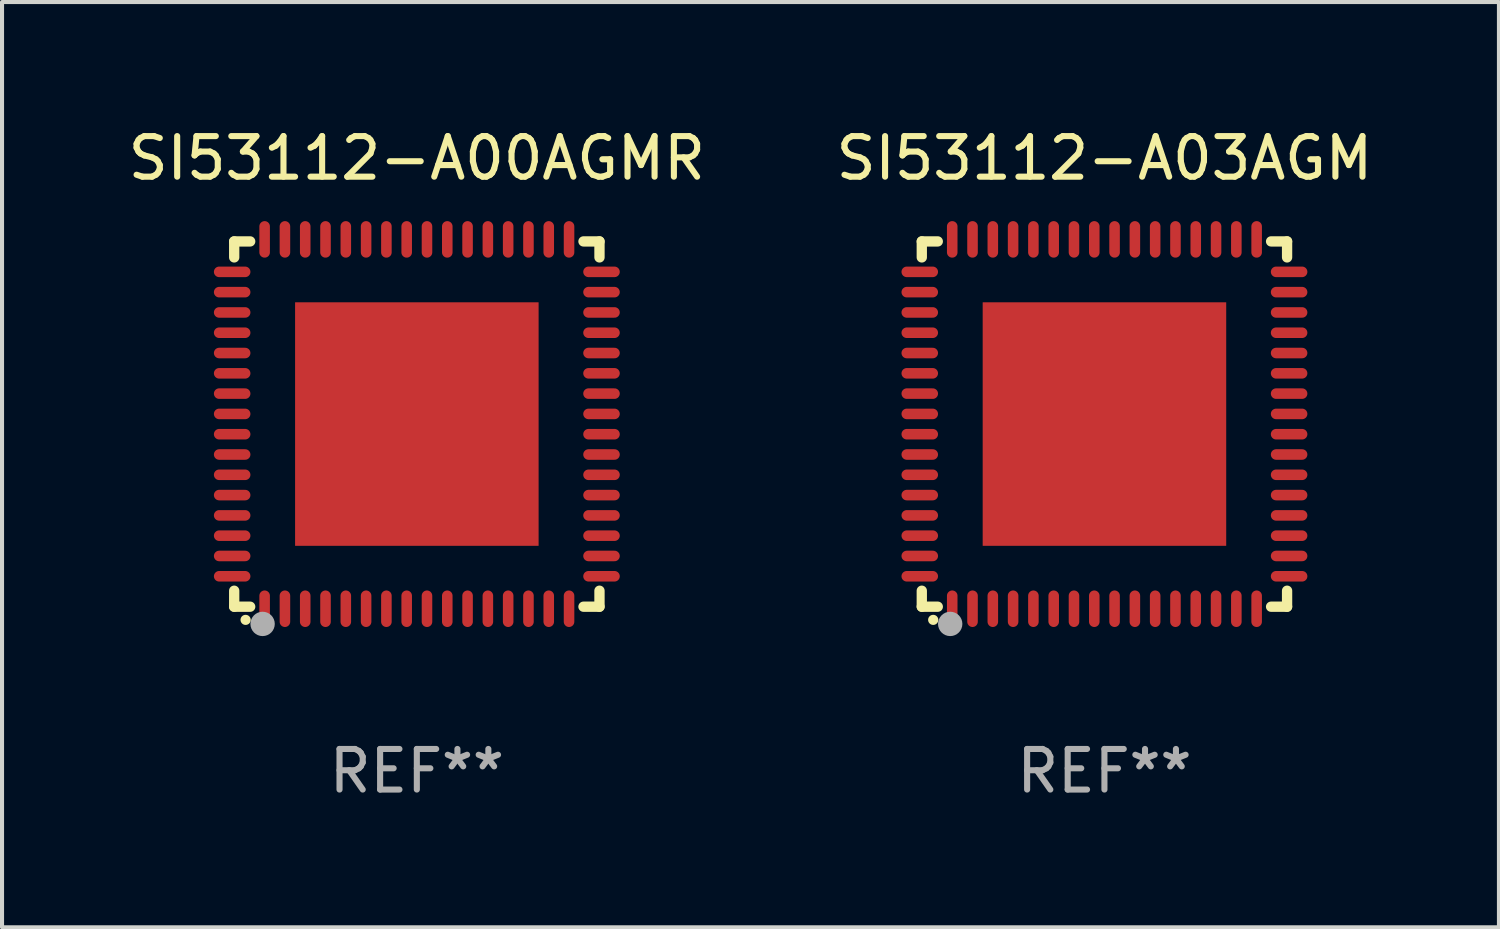
<source format=kicad_pcb>
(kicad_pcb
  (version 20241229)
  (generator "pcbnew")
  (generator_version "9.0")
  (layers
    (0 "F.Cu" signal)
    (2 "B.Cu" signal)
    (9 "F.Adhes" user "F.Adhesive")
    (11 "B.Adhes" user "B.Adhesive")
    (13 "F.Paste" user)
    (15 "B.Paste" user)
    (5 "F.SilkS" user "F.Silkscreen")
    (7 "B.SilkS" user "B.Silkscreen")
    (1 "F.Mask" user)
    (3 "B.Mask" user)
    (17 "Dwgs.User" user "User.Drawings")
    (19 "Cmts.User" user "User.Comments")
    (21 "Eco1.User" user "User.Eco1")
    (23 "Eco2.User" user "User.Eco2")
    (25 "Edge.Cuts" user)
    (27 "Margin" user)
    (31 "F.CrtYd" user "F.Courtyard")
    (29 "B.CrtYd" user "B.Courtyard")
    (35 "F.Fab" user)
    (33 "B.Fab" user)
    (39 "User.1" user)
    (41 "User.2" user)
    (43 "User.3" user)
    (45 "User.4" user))
  (footprint "SI53112-A03AGM"
    (layer "F.Cu")
    (at 24.161 7.398)
    (property "Reference" "SI53112-A03AGM" (at 0 -6.55 0) (layer "F.SilkS") (effects (font (size 1 1) (thickness 0.15))))
    (attr through_hole)
    (fp_line (start -4.5 -4.5) (end -4.106 -4.5) (stroke (width 0.254) (type solid)) (layer "F.SilkS"))
    (fp_line (start -4.5 -4.106) (end -4.5 -4.5) (stroke (width 0.254) (type solid)) (layer "F.SilkS"))
    (fp_line (start -4.5 4.5) (end -4.5 4.106) (stroke (width 0.254) (type solid)) (layer "F.SilkS"))
    (fp_line (start -4.106 4.5) (end -4.5 4.5) (stroke (width 0.254) (type solid)) (layer "F.SilkS"))
    (fp_line (start 4.106 -4.5) (end 4.5 -4.5) (stroke (width 0.254) (type solid)) (layer "F.SilkS"))
    (fp_line (start 4.5 -4.5) (end 4.5 -4.106) (stroke (width 0.254) (type solid)) (layer "F.SilkS"))
    (fp_line (start 4.5 4.106) (end 4.5 4.5) (stroke (width 0.254) (type solid)) (layer "F.SilkS"))
    (fp_line (start 4.5 4.5) (end 4.106 4.5) (stroke (width 0.254) (type solid)) (layer "F.SilkS"))
    (fp_arc (start -4.220041 4.824308) (mid -4.218771 4.824302) (end -4.217501 4.824308) (stroke (width 0.24892) (type solid)) (layer "F.SilkS"))
    (fp_circle (center -4.5 4.5) (end -4.47 4.5) (stroke (width 0.06) (type solid)) (fill no) (layer "F.SilkS"))
    (fp_circle (center -3.8 4.924) (end -3.65 4.924) (stroke (width 0.3) (type solid)) (fill no) (layer "F.Fab"))
    (fp_text user "REF**" (at 0 8.55 0) (layer "F.Fab") (effects (font (size 1 1) (thickness 0.15))))
    (pad "1" smd oval (at -3.75 4.55 90) (size 0.9 0.26) (layers "F.Cu" "F.Mask" "F.Paste"))
    (pad "2" smd oval (at -3.25 4.55 90) (size 0.9 0.26) (layers "F.Cu" "F.Mask" "F.Paste"))
    (pad "3" smd oval (at -2.75 4.55 90) (size 0.9 0.26) (layers "F.Cu" "F.Mask" "F.Paste"))
    (pad "4" smd oval (at -2.25 4.55 90) (size 0.9 0.26) (layers "F.Cu" "F.Mask" "F.Paste"))
    (pad "5" smd oval (at -1.75 4.55 90) (size 0.9 0.26) (layers "F.Cu" "F.Mask" "F.Paste"))
    (pad "6" smd oval (at -1.25 4.55 90) (size 0.9 0.26) (layers "F.Cu" "F.Mask" "F.Paste"))
    (pad "7" smd oval (at -0.75 4.55 90) (size 0.9 0.26) (layers "F.Cu" "F.Mask" "F.Paste"))
    (pad "8" smd oval (at -0.25 4.55 90) (size 0.9 0.26) (layers "F.Cu" "F.Mask" "F.Paste"))
    (pad "9" smd oval (at 0.25 4.55 90) (size 0.9 0.26) (layers "F.Cu" "F.Mask" "F.Paste"))
    (pad "10" smd oval (at 0.75 4.55 90) (size 0.9 0.26) (layers "F.Cu" "F.Mask" "F.Paste"))
    (pad "11" smd oval (at 1.25 4.55 90) (size 0.9 0.26) (layers "F.Cu" "F.Mask" "F.Paste"))
    (pad "12" smd oval (at 1.75 4.55 90) (size 0.9 0.26) (layers "F.Cu" "F.Mask" "F.Paste"))
    (pad "13" smd oval (at 2.25 4.55 90) (size 0.9 0.26) (layers "F.Cu" "F.Mask" "F.Paste"))
    (pad "14" smd oval (at 2.75 4.55 90) (size 0.9 0.26) (layers "F.Cu" "F.Mask" "F.Paste"))
    (pad "15" smd oval (at 3.25 4.55 90) (size 0.9 0.26) (layers "F.Cu" "F.Mask" "F.Paste"))
    (pad "16" smd oval (at 3.75 4.55 90) (size 0.9 0.26) (layers "F.Cu" "F.Mask" "F.Paste"))
    (pad "17" smd oval (at 4.55 3.75 90) (size 0.26 0.9) (layers "F.Cu" "F.Mask" "F.Paste"))
    (pad "18" smd oval (at 4.55 3.25 90) (size 0.26 0.9) (layers "F.Cu" "F.Mask" "F.Paste"))
    (pad "19" smd oval (at 4.55 2.75 90) (size 0.26 0.9) (layers "F.Cu" "F.Mask" "F.Paste"))
    (pad "20" smd oval (at 4.55 2.25 90) (size 0.26 0.9) (layers "F.Cu" "F.Mask" "F.Paste"))
    (pad "21" smd oval (at 4.55 1.75 90) (size 0.26 0.9) (layers "F.Cu" "F.Mask" "F.Paste"))
    (pad "22" smd oval (at 4.55 1.25 90) (size 0.26 0.9) (layers "F.Cu" "F.Mask" "F.Paste"))
    (pad "23" smd oval (at 4.55 0.75 90) (size 0.26 0.9) (layers "F.Cu" "F.Mask" "F.Paste"))
    (pad "24" smd oval (at 4.55 0.25 90) (size 0.26 0.9) (layers "F.Cu" "F.Mask" "F.Paste"))
    (pad "25" smd oval (at 4.55 -0.25 90) (size 0.26 0.9) (layers "F.Cu" "F.Mask" "F.Paste"))
    (pad "26" smd oval (at 4.55 -0.75 90) (size 0.26 0.9) (layers "F.Cu" "F.Mask" "F.Paste"))
    (pad "27" smd oval (at 4.55 -1.25 90) (size 0.26 0.9) (layers "F.Cu" "F.Mask" "F.Paste"))
    (pad "28" smd oval (at 4.55 -1.75 90) (size 0.26 0.9) (layers "F.Cu" "F.Mask" "F.Paste"))
    (pad "29" smd oval (at 4.55 -2.25 90) (size 0.26 0.9) (layers "F.Cu" "F.Mask" "F.Paste"))
    (pad "30" smd oval (at 4.55 -2.75 90) (size 0.26 0.9) (layers "F.Cu" "F.Mask" "F.Paste"))
    (pad "31" smd oval (at 4.55 -3.25 90) (size 0.26 0.9) (layers "F.Cu" "F.Mask" "F.Paste"))
    (pad "32" smd oval (at 4.55 -3.75 90) (size 0.26 0.9) (layers "F.Cu" "F.Mask" "F.Paste"))
    (pad "33" smd oval (at 3.75 -4.55 90) (size 0.9 0.26) (layers "F.Cu" "F.Mask" "F.Paste"))
    (pad "34" smd oval (at 3.25 -4.55 90) (size 0.9 0.26) (layers "F.Cu" "F.Mask" "F.Paste"))
    (pad "35" smd oval (at 2.75 -4.55 90) (size 0.9 0.26) (layers "F.Cu" "F.Mask" "F.Paste"))
    (pad "36" smd oval (at 2.25 -4.55 90) (size 0.9 0.26) (layers "F.Cu" "F.Mask" "F.Paste"))
    (pad "37" smd oval (at 1.75 -4.55 90) (size 0.9 0.26) (layers "F.Cu" "F.Mask" "F.Paste"))
    (pad "38" smd oval (at 1.25 -4.55 90) (size 0.9 0.26) (layers "F.Cu" "F.Mask" "F.Paste"))
    (pad "39" smd oval (at 0.75 -4.55 90) (size 0.9 0.26) (layers "F.Cu" "F.Mask" "F.Paste"))
    (pad "40" smd oval (at 0.25 -4.55 90) (size 0.9 0.26) (layers "F.Cu" "F.Mask" "F.Paste"))
    (pad "41" smd oval (at -0.25 -4.55 90) (size 0.9 0.26) (layers "F.Cu" "F.Mask" "F.Paste"))
    (pad "42" smd oval (at -0.75 -4.55 90) (size 0.9 0.26) (layers "F.Cu" "F.Mask" "F.Paste"))
    (pad "43" smd oval (at -1.25 -4.55 90) (size 0.9 0.26) (layers "F.Cu" "F.Mask" "F.Paste"))
    (pad "44" smd oval (at -1.75 -4.55 90) (size 0.9 0.26) (layers "F.Cu" "F.Mask" "F.Paste"))
    (pad "45" smd oval (at -2.25 -4.55 90) (size 0.9 0.26) (layers "F.Cu" "F.Mask" "F.Paste"))
    (pad "46" smd oval (at -2.75 -4.55 90) (size 0.9 0.26) (layers "F.Cu" "F.Mask" "F.Paste"))
    (pad "47" smd oval (at -3.25 -4.55 90) (size 0.9 0.26) (layers "F.Cu" "F.Mask" "F.Paste"))
    (pad "48" smd oval (at -3.75 -4.55 90) (size 0.9 0.26) (layers "F.Cu" "F.Mask" "F.Paste"))
    (pad "49" smd oval (at -4.55 -3.75 90) (size 0.26 0.9) (layers "F.Cu" "F.Mask" "F.Paste"))
    (pad "50" smd oval (at -4.55 -3.25 90) (size 0.26 0.9) (layers "F.Cu" "F.Mask" "F.Paste"))
    (pad "51" smd oval (at -4.55 -2.75 90) (size 0.26 0.9) (layers "F.Cu" "F.Mask" "F.Paste"))
    (pad "52" smd oval (at -4.55 -2.25 90) (size 0.26 0.9) (layers "F.Cu" "F.Mask" "F.Paste"))
    (pad "53" smd oval (at -4.55 -1.75 90) (size 0.26 0.9) (layers "F.Cu" "F.Mask" "F.Paste"))
    (pad "54" smd oval (at -4.55 -1.25 90) (size 0.26 0.9) (layers "F.Cu" "F.Mask" "F.Paste"))
    (pad "55" smd oval (at -4.55 -0.75 90) (size 0.26 0.9) (layers "F.Cu" "F.Mask" "F.Paste"))
    (pad "56" smd oval (at -4.55 -0.25 90) (size 0.26 0.9) (layers "F.Cu" "F.Mask" "F.Paste"))
    (pad "57" smd oval (at -4.55 0.25 90) (size 0.26 0.9) (layers "F.Cu" "F.Mask" "F.Paste"))
    (pad "58" smd oval (at -4.55 0.75 90) (size 0.26 0.9) (layers "F.Cu" "F.Mask" "F.Paste"))
    (pad "59" smd oval (at -4.55 1.25 90) (size 0.26 0.9) (layers "F.Cu" "F.Mask" "F.Paste"))
    (pad "60" smd oval (at -4.55 1.75 90) (size 0.26 0.9) (layers "F.Cu" "F.Mask" "F.Paste"))
    (pad "61" smd oval (at -4.55 2.25 90) (size 0.26 0.9) (layers "F.Cu" "F.Mask" "F.Paste"))
    (pad "62" smd oval (at -4.55 2.75 90) (size 0.26 0.9) (layers "F.Cu" "F.Mask" "F.Paste"))
    (pad "63" smd oval (at -4.55 3.25 90) (size 0.26 0.9) (layers "F.Cu" "F.Mask" "F.Paste"))
    (pad "64" smd oval (at -4.55 3.75 90) (size 0.26 0.9) (layers "F.Cu" "F.Mask" "F.Paste"))
    (pad "65" smd rect (at 0.000381 0 90) (size 6 6) (layers "F.Cu" "F.Mask" "F.Paste")))
  (footprint "SI53112-A00AGMR"
    (layer "F.Cu")
    (at 7.22 7.398)
    (property "Reference" "SI53112-A00AGMR" (at 0 -6.55 0) (layer "F.SilkS") (effects (font (size 1 1) (thickness 0.15))))
    (attr through_hole)
    (fp_line (start -4.5 -4.5) (end -4.106 -4.5) (stroke (width 0.254) (type solid)) (layer "F.SilkS"))
    (fp_line (start -4.5 -4.106) (end -4.5 -4.5) (stroke (width 0.254) (type solid)) (layer "F.SilkS"))
    (fp_line (start -4.5 4.5) (end -4.5 4.106) (stroke (width 0.254) (type solid)) (layer "F.SilkS"))
    (fp_line (start -4.106 4.5) (end -4.5 4.5) (stroke (width 0.254) (type solid)) (layer "F.SilkS"))
    (fp_line (start 4.106 -4.5) (end 4.5 -4.5) (stroke (width 0.254) (type solid)) (layer "F.SilkS"))
    (fp_line (start 4.5 -4.5) (end 4.5 -4.106) (stroke (width 0.254) (type solid)) (layer "F.SilkS"))
    (fp_line (start 4.5 4.106) (end 4.5 4.5) (stroke (width 0.254) (type solid)) (layer "F.SilkS"))
    (fp_line (start 4.5 4.5) (end 4.106 4.5) (stroke (width 0.254) (type solid)) (layer "F.SilkS"))
    (fp_arc (start -4.220041 4.824308) (mid -4.218771 4.824302) (end -4.217501 4.824308) (stroke (width 0.24892) (type solid)) (layer "F.SilkS"))
    (fp_circle (center -4.5 4.5) (end -4.47 4.5) (stroke (width 0.06) (type solid)) (fill no) (layer "F.SilkS"))
    (fp_circle (center -3.8 4.924) (end -3.65 4.924) (stroke (width 0.3) (type solid)) (fill no) (layer "F.Fab"))
    (fp_text user "REF**" (at 0 8.55 0) (layer "F.Fab") (effects (font (size 1 1) (thickness 0.15))))
    (pad "1" smd oval (at -3.75 4.55 90) (size 0.9 0.26) (layers "F.Cu" "F.Mask" "F.Paste"))
    (pad "2" smd oval (at -3.25 4.55 90) (size 0.9 0.26) (layers "F.Cu" "F.Mask" "F.Paste"))
    (pad "3" smd oval (at -2.75 4.55 90) (size 0.9 0.26) (layers "F.Cu" "F.Mask" "F.Paste"))
    (pad "4" smd oval (at -2.25 4.55 90) (size 0.9 0.26) (layers "F.Cu" "F.Mask" "F.Paste"))
    (pad "5" smd oval (at -1.75 4.55 90) (size 0.9 0.26) (layers "F.Cu" "F.Mask" "F.Paste"))
    (pad "6" smd oval (at -1.25 4.55 90) (size 0.9 0.26) (layers "F.Cu" "F.Mask" "F.Paste"))
    (pad "7" smd oval (at -0.75 4.55 90) (size 0.9 0.26) (layers "F.Cu" "F.Mask" "F.Paste"))
    (pad "8" smd oval (at -0.25 4.55 90) (size 0.9 0.26) (layers "F.Cu" "F.Mask" "F.Paste"))
    (pad "9" smd oval (at 0.25 4.55 90) (size 0.9 0.26) (layers "F.Cu" "F.Mask" "F.Paste"))
    (pad "10" smd oval (at 0.75 4.55 90) (size 0.9 0.26) (layers "F.Cu" "F.Mask" "F.Paste"))
    (pad "11" smd oval (at 1.25 4.55 90) (size 0.9 0.26) (layers "F.Cu" "F.Mask" "F.Paste"))
    (pad "12" smd oval (at 1.75 4.55 90) (size 0.9 0.26) (layers "F.Cu" "F.Mask" "F.Paste"))
    (pad "13" smd oval (at 2.25 4.55 90) (size 0.9 0.26) (layers "F.Cu" "F.Mask" "F.Paste"))
    (pad "14" smd oval (at 2.75 4.55 90) (size 0.9 0.26) (layers "F.Cu" "F.Mask" "F.Paste"))
    (pad "15" smd oval (at 3.25 4.55 90) (size 0.9 0.26) (layers "F.Cu" "F.Mask" "F.Paste"))
    (pad "16" smd oval (at 3.75 4.55 90) (size 0.9 0.26) (layers "F.Cu" "F.Mask" "F.Paste"))
    (pad "17" smd oval (at 4.55 3.75 90) (size 0.26 0.9) (layers "F.Cu" "F.Mask" "F.Paste"))
    (pad "18" smd oval (at 4.55 3.25 90) (size 0.26 0.9) (layers "F.Cu" "F.Mask" "F.Paste"))
    (pad "19" smd oval (at 4.55 2.75 90) (size 0.26 0.9) (layers "F.Cu" "F.Mask" "F.Paste"))
    (pad "20" smd oval (at 4.55 2.25 90) (size 0.26 0.9) (layers "F.Cu" "F.Mask" "F.Paste"))
    (pad "21" smd oval (at 4.55 1.75 90) (size 0.26 0.9) (layers "F.Cu" "F.Mask" "F.Paste"))
    (pad "22" smd oval (at 4.55 1.25 90) (size 0.26 0.9) (layers "F.Cu" "F.Mask" "F.Paste"))
    (pad "23" smd oval (at 4.55 0.75 90) (size 0.26 0.9) (layers "F.Cu" "F.Mask" "F.Paste"))
    (pad "24" smd oval (at 4.55 0.25 90) (size 0.26 0.9) (layers "F.Cu" "F.Mask" "F.Paste"))
    (pad "25" smd oval (at 4.55 -0.25 90) (size 0.26 0.9) (layers "F.Cu" "F.Mask" "F.Paste"))
    (pad "26" smd oval (at 4.55 -0.75 90) (size 0.26 0.9) (layers "F.Cu" "F.Mask" "F.Paste"))
    (pad "27" smd oval (at 4.55 -1.25 90) (size 0.26 0.9) (layers "F.Cu" "F.Mask" "F.Paste"))
    (pad "28" smd oval (at 4.55 -1.75 90) (size 0.26 0.9) (layers "F.Cu" "F.Mask" "F.Paste"))
    (pad "29" smd oval (at 4.55 -2.25 90) (size 0.26 0.9) (layers "F.Cu" "F.Mask" "F.Paste"))
    (pad "30" smd oval (at 4.55 -2.75 90) (size 0.26 0.9) (layers "F.Cu" "F.Mask" "F.Paste"))
    (pad "31" smd oval (at 4.55 -3.25 90) (size 0.26 0.9) (layers "F.Cu" "F.Mask" "F.Paste"))
    (pad "32" smd oval (at 4.55 -3.75 90) (size 0.26 0.9) (layers "F.Cu" "F.Mask" "F.Paste"))
    (pad "33" smd oval (at 3.75 -4.55 90) (size 0.9 0.26) (layers "F.Cu" "F.Mask" "F.Paste"))
    (pad "34" smd oval (at 3.25 -4.55 90) (size 0.9 0.26) (layers "F.Cu" "F.Mask" "F.Paste"))
    (pad "35" smd oval (at 2.75 -4.55 90) (size 0.9 0.26) (layers "F.Cu" "F.Mask" "F.Paste"))
    (pad "36" smd oval (at 2.25 -4.55 90) (size 0.9 0.26) (layers "F.Cu" "F.Mask" "F.Paste"))
    (pad "37" smd oval (at 1.75 -4.55 90) (size 0.9 0.26) (layers "F.Cu" "F.Mask" "F.Paste"))
    (pad "38" smd oval (at 1.25 -4.55 90) (size 0.9 0.26) (layers "F.Cu" "F.Mask" "F.Paste"))
    (pad "39" smd oval (at 0.75 -4.55 90) (size 0.9 0.26) (layers "F.Cu" "F.Mask" "F.Paste"))
    (pad "40" smd oval (at 0.25 -4.55 90) (size 0.9 0.26) (layers "F.Cu" "F.Mask" "F.Paste"))
    (pad "41" smd oval (at -0.25 -4.55 90) (size 0.9 0.26) (layers "F.Cu" "F.Mask" "F.Paste"))
    (pad "42" smd oval (at -0.75 -4.55 90) (size 0.9 0.26) (layers "F.Cu" "F.Mask" "F.Paste"))
    (pad "43" smd oval (at -1.25 -4.55 90) (size 0.9 0.26) (layers "F.Cu" "F.Mask" "F.Paste"))
    (pad "44" smd oval (at -1.75 -4.55 90) (size 0.9 0.26) (layers "F.Cu" "F.Mask" "F.Paste"))
    (pad "45" smd oval (at -2.25 -4.55 90) (size 0.9 0.26) (layers "F.Cu" "F.Mask" "F.Paste"))
    (pad "46" smd oval (at -2.75 -4.55 90) (size 0.9 0.26) (layers "F.Cu" "F.Mask" "F.Paste"))
    (pad "47" smd oval (at -3.25 -4.55 90) (size 0.9 0.26) (layers "F.Cu" "F.Mask" "F.Paste"))
    (pad "48" smd oval (at -3.75 -4.55 90) (size 0.9 0.26) (layers "F.Cu" "F.Mask" "F.Paste"))
    (pad "49" smd oval (at -4.55 -3.75 90) (size 0.26 0.9) (layers "F.Cu" "F.Mask" "F.Paste"))
    (pad "50" smd oval (at -4.55 -3.25 90) (size 0.26 0.9) (layers "F.Cu" "F.Mask" "F.Paste"))
    (pad "51" smd oval (at -4.55 -2.75 90) (size 0.26 0.9) (layers "F.Cu" "F.Mask" "F.Paste"))
    (pad "52" smd oval (at -4.55 -2.25 90) (size 0.26 0.9) (layers "F.Cu" "F.Mask" "F.Paste"))
    (pad "53" smd oval (at -4.55 -1.75 90) (size 0.26 0.9) (layers "F.Cu" "F.Mask" "F.Paste"))
    (pad "54" smd oval (at -4.55 -1.25 90) (size 0.26 0.9) (layers "F.Cu" "F.Mask" "F.Paste"))
    (pad "55" smd oval (at -4.55 -0.75 90) (size 0.26 0.9) (layers "F.Cu" "F.Mask" "F.Paste"))
    (pad "56" smd oval (at -4.55 -0.25 90) (size 0.26 0.9) (layers "F.Cu" "F.Mask" "F.Paste"))
    (pad "57" smd oval (at -4.55 0.25 90) (size 0.26 0.9) (layers "F.Cu" "F.Mask" "F.Paste"))
    (pad "58" smd oval (at -4.55 0.75 90) (size 0.26 0.9) (layers "F.Cu" "F.Mask" "F.Paste"))
    (pad "59" smd oval (at -4.55 1.25 90) (size 0.26 0.9) (layers "F.Cu" "F.Mask" "F.Paste"))
    (pad "60" smd oval (at -4.55 1.75 90) (size 0.26 0.9) (layers "F.Cu" "F.Mask" "F.Paste"))
    (pad "61" smd oval (at -4.55 2.25 90) (size 0.26 0.9) (layers "F.Cu" "F.Mask" "F.Paste"))
    (pad "62" smd oval (at -4.55 2.75 90) (size 0.26 0.9) (layers "F.Cu" "F.Mask" "F.Paste"))
    (pad "63" smd oval (at -4.55 3.25 90) (size 0.26 0.9) (layers "F.Cu" "F.Mask" "F.Paste"))
    (pad "64" smd oval (at -4.55 3.75 90) (size 0.26 0.9) (layers "F.Cu" "F.Mask" "F.Paste"))
    (pad "65" smd rect (at 0.000381 0 90) (size 6 6) (layers "F.Cu" "F.Mask" "F.Paste")))
  (gr_rect
    (start -3 -3)
    (end 33.881 19.796)
    (stroke (width 0.1) (type default))
    (fill no)
    (layer "Edge.Cuts")))
</source>
